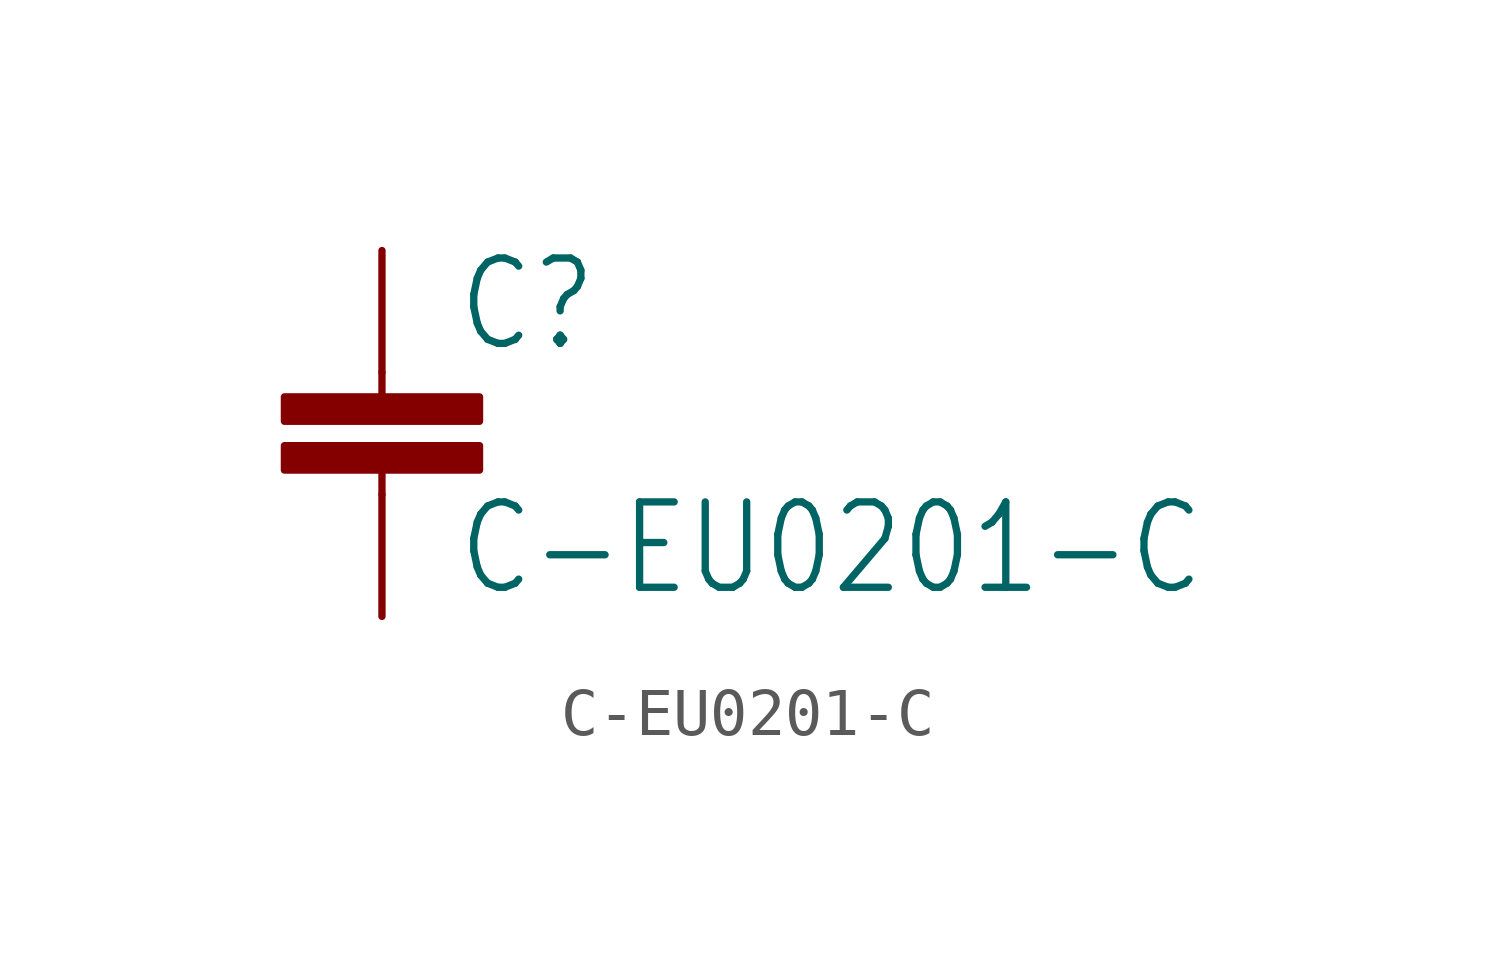
<source format=kicad_sym>
(kicad_symbol_lib
  (version 20210619)
  (generator kicad_symbol_editor)
  (symbol "C-EU0201-C"
    (property "Reference" "C"
      (at 1.524 0.381 0)
      (effects (font (size 1.778 1.511)) (justify left bottom)))
    (property "Value" "C-EU0201-C"
      (at 1.524 -4.699 0)
      (effects (font (size 1.778 1.511)) (justify left bottom)))
    (property "ki_locked" ""
      (at 0 0 0)
      (effects (font (size 1.27 1.27))))
    (symbol "C-EU0201-C_1_0"
      (rectangle (start -2.032 -2.032) (end 2.032 -1.524) (stroke (width 0)) (fill (type outline)))
      (rectangle (start -2.032 -1.016) (end 2.032 -0.508) (stroke (width 0)) (fill (type outline)))
      (polyline (pts (xy 0 -2.54) (xy 0 -2.032)) (stroke (width 0.152)) (fill (type none)))
      (polyline (pts (xy 0 0) (xy 0 -0.508)) (stroke (width 0.152)) (fill (type none)))
      (pin passive line (at 0 2.54 270) (length 2.54) (name "1" (effects (font (size 0 0)))) (number "1" (effects (font (size 0 0)))))
      (pin passive line (at 0 -5.08 90) (length 2.54) (name "2" (effects (font (size 0 0)))) (number "2" (effects (font (size 0 0))))))))
</source>
